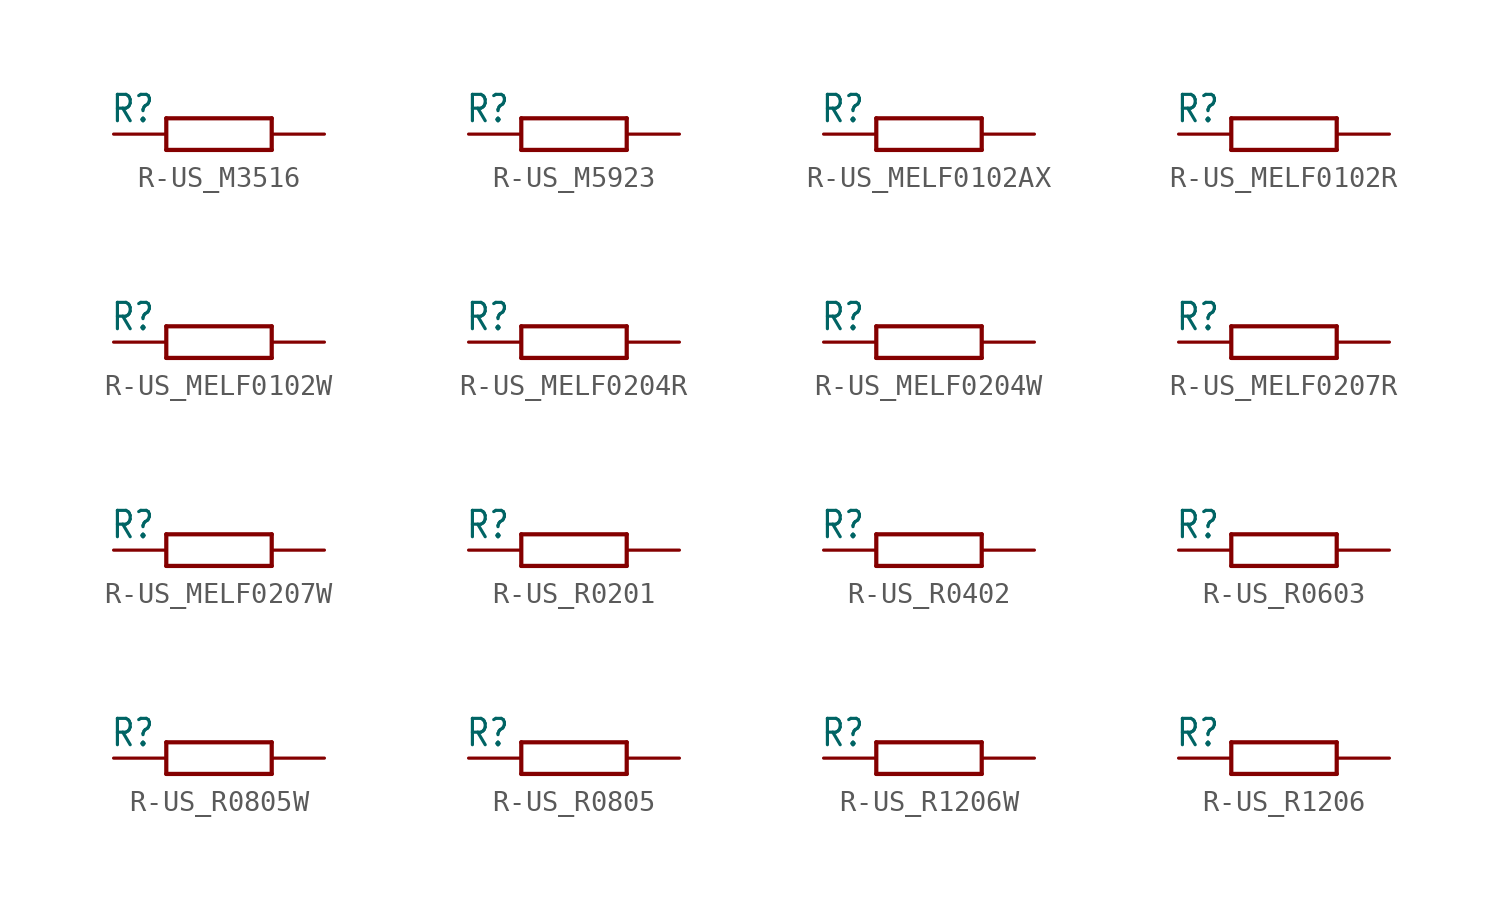
<source format=kicad_sym>
(kicad_symbol_lib
  (version 20231120)
  (generator "kicad_symbol_editor")
  (generator_version "8.99")
  (symbol "R-US_M3516"
    (property "Reference" "R"
      (at -3.048 0.483 0)
      (effects (font (size 1.27 1.079)) (justify right bottom)))
    (property "Value" ""
      (at 0 0 0)
      (effects (font (size 1.016 0.864))))
    (property "ki_locked" ""
      (at 0 0 0)
      (effects (font (size 1.27 1.27))))
    (symbol "R-US_M3516_1_0"
      (polyline (pts (xy -2.54 -0.762) (xy -2.54 0.762)) (stroke (width 0.203) (type solid)) (fill (type none)))
      (polyline (pts (xy -2.54 0.762) (xy 2.54 0.762)) (stroke (width 0.203) (type solid)) (fill (type none)))
      (polyline (pts (xy 2.54 -0.762) (xy -2.54 -0.762)) (stroke (width 0.203) (type solid)) (fill (type none)))
      (polyline (pts (xy 2.54 0.762) (xy 2.54 -0.762)) (stroke (width 0.203) (type solid)) (fill (type none)))
      (pin passive line (at -5.08 0 0) (length 2.54) (name "1" (effects (font (size 0 0)))) (number "1" (effects (font (size 0 0)))))
      (pin passive line (at 5.08 0 180) (length 2.54) (name "2" (effects (font (size 0 0)))) (number "2" (effects (font (size 0 0)))))))
  (symbol "R-US_M5923"
    (property "Reference" "R"
      (at -3.048 0.483 0)
      (effects (font (size 1.27 1.079)) (justify right bottom)))
    (property "Value" ""
      (at 0 0 0)
      (effects (font (size 1.016 0.864))))
    (property "ki_locked" ""
      (at 0 0 0)
      (effects (font (size 1.27 1.27))))
    (symbol "R-US_M5923_1_0"
      (polyline (pts (xy -2.54 -0.762) (xy -2.54 0.762)) (stroke (width 0.203) (type solid)) (fill (type none)))
      (polyline (pts (xy -2.54 0.762) (xy 2.54 0.762)) (stroke (width 0.203) (type solid)) (fill (type none)))
      (polyline (pts (xy 2.54 -0.762) (xy -2.54 -0.762)) (stroke (width 0.203) (type solid)) (fill (type none)))
      (polyline (pts (xy 2.54 0.762) (xy 2.54 -0.762)) (stroke (width 0.203) (type solid)) (fill (type none)))
      (pin passive line (at -5.08 0 0) (length 2.54) (name "1" (effects (font (size 0 0)))) (number "1" (effects (font (size 0 0)))))
      (pin passive line (at 5.08 0 180) (length 2.54) (name "2" (effects (font (size 0 0)))) (number "2" (effects (font (size 0 0)))))))
  (symbol "R-US_MELF0102AX"
    (property "Reference" "R"
      (at -3.048 0.483 0)
      (effects (font (size 1.27 1.079)) (justify right bottom)))
    (property "Value" ""
      (at 0 0 0)
      (effects (font (size 1.016 0.864))))
    (property "ki_locked" ""
      (at 0 0 0)
      (effects (font (size 1.27 1.27))))
    (symbol "R-US_MELF0102AX_1_0"
      (polyline (pts (xy -2.54 -0.762) (xy -2.54 0.762)) (stroke (width 0.203) (type solid)) (fill (type none)))
      (polyline (pts (xy -2.54 0.762) (xy 2.54 0.762)) (stroke (width 0.203) (type solid)) (fill (type none)))
      (polyline (pts (xy 2.54 -0.762) (xy -2.54 -0.762)) (stroke (width 0.203) (type solid)) (fill (type none)))
      (polyline (pts (xy 2.54 0.762) (xy 2.54 -0.762)) (stroke (width 0.203) (type solid)) (fill (type none)))
      (pin passive line (at -5.08 0 0) (length 2.54) (name "1" (effects (font (size 0 0)))) (number "1" (effects (font (size 0 0)))))
      (pin passive line (at 5.08 0 180) (length 2.54) (name "2" (effects (font (size 0 0)))) (number "2" (effects (font (size 0 0)))))))
  (symbol "R-US_MELF0102R"
    (property "Reference" "R"
      (at -3.048 0.483 0)
      (effects (font (size 1.27 1.079)) (justify right bottom)))
    (property "Value" ""
      (at 0 0 0)
      (effects (font (size 1.016 0.864))))
    (property "ki_locked" ""
      (at 0 0 0)
      (effects (font (size 1.27 1.27))))
    (symbol "R-US_MELF0102R_1_0"
      (polyline (pts (xy -2.54 -0.762) (xy -2.54 0.762)) (stroke (width 0.203) (type solid)) (fill (type none)))
      (polyline (pts (xy -2.54 0.762) (xy 2.54 0.762)) (stroke (width 0.203) (type solid)) (fill (type none)))
      (polyline (pts (xy 2.54 -0.762) (xy -2.54 -0.762)) (stroke (width 0.203) (type solid)) (fill (type none)))
      (polyline (pts (xy 2.54 0.762) (xy 2.54 -0.762)) (stroke (width 0.203) (type solid)) (fill (type none)))
      (pin passive line (at -5.08 0 0) (length 2.54) (name "1" (effects (font (size 0 0)))) (number "1" (effects (font (size 0 0)))))
      (pin passive line (at 5.08 0 180) (length 2.54) (name "2" (effects (font (size 0 0)))) (number "2" (effects (font (size 0 0)))))))
  (symbol "R-US_MELF0102W"
    (property "Reference" "R"
      (at -3.048 0.483 0)
      (effects (font (size 1.27 1.079)) (justify right bottom)))
    (property "Value" ""
      (at 0 0 0)
      (effects (font (size 1.016 0.864))))
    (property "ki_locked" ""
      (at 0 0 0)
      (effects (font (size 1.27 1.27))))
    (symbol "R-US_MELF0102W_1_0"
      (polyline (pts (xy -2.54 -0.762) (xy -2.54 0.762)) (stroke (width 0.203) (type solid)) (fill (type none)))
      (polyline (pts (xy -2.54 0.762) (xy 2.54 0.762)) (stroke (width 0.203) (type solid)) (fill (type none)))
      (polyline (pts (xy 2.54 -0.762) (xy -2.54 -0.762)) (stroke (width 0.203) (type solid)) (fill (type none)))
      (polyline (pts (xy 2.54 0.762) (xy 2.54 -0.762)) (stroke (width 0.203) (type solid)) (fill (type none)))
      (pin passive line (at -5.08 0 0) (length 2.54) (name "1" (effects (font (size 0 0)))) (number "1" (effects (font (size 0 0)))))
      (pin passive line (at 5.08 0 180) (length 2.54) (name "2" (effects (font (size 0 0)))) (number "2" (effects (font (size 0 0)))))))
  (symbol "R-US_MELF0204R"
    (property "Reference" "R"
      (at -3.048 0.483 0)
      (effects (font (size 1.27 1.079)) (justify right bottom)))
    (property "Value" ""
      (at 0 0 0)
      (effects (font (size 1.016 0.864))))
    (property "ki_locked" ""
      (at 0 0 0)
      (effects (font (size 1.27 1.27))))
    (symbol "R-US_MELF0204R_1_0"
      (polyline (pts (xy -2.54 -0.762) (xy -2.54 0.762)) (stroke (width 0.203) (type solid)) (fill (type none)))
      (polyline (pts (xy -2.54 0.762) (xy 2.54 0.762)) (stroke (width 0.203) (type solid)) (fill (type none)))
      (polyline (pts (xy 2.54 -0.762) (xy -2.54 -0.762)) (stroke (width 0.203) (type solid)) (fill (type none)))
      (polyline (pts (xy 2.54 0.762) (xy 2.54 -0.762)) (stroke (width 0.203) (type solid)) (fill (type none)))
      (pin passive line (at -5.08 0 0) (length 2.54) (name "1" (effects (font (size 0 0)))) (number "1" (effects (font (size 0 0)))))
      (pin passive line (at 5.08 0 180) (length 2.54) (name "2" (effects (font (size 0 0)))) (number "2" (effects (font (size 0 0)))))))
  (symbol "R-US_MELF0204W"
    (property "Reference" "R"
      (at -3.048 0.483 0)
      (effects (font (size 1.27 1.079)) (justify right bottom)))
    (property "Value" ""
      (at 0 0 0)
      (effects (font (size 1.016 0.864))))
    (property "ki_locked" ""
      (at 0 0 0)
      (effects (font (size 1.27 1.27))))
    (symbol "R-US_MELF0204W_1_0"
      (polyline (pts (xy -2.54 -0.762) (xy -2.54 0.762)) (stroke (width 0.203) (type solid)) (fill (type none)))
      (polyline (pts (xy -2.54 0.762) (xy 2.54 0.762)) (stroke (width 0.203) (type solid)) (fill (type none)))
      (polyline (pts (xy 2.54 -0.762) (xy -2.54 -0.762)) (stroke (width 0.203) (type solid)) (fill (type none)))
      (polyline (pts (xy 2.54 0.762) (xy 2.54 -0.762)) (stroke (width 0.203) (type solid)) (fill (type none)))
      (pin passive line (at -5.08 0 0) (length 2.54) (name "1" (effects (font (size 0 0)))) (number "1" (effects (font (size 0 0)))))
      (pin passive line (at 5.08 0 180) (length 2.54) (name "2" (effects (font (size 0 0)))) (number "2" (effects (font (size 0 0)))))))
  (symbol "R-US_MELF0207R"
    (property "Reference" "R"
      (at -3.048 0.483 0)
      (effects (font (size 1.27 1.079)) (justify right bottom)))
    (property "Value" ""
      (at 0 0 0)
      (effects (font (size 1.016 0.864))))
    (property "ki_locked" ""
      (at 0 0 0)
      (effects (font (size 1.27 1.27))))
    (symbol "R-US_MELF0207R_1_0"
      (polyline (pts (xy -2.54 -0.762) (xy -2.54 0.762)) (stroke (width 0.203) (type solid)) (fill (type none)))
      (polyline (pts (xy -2.54 0.762) (xy 2.54 0.762)) (stroke (width 0.203) (type solid)) (fill (type none)))
      (polyline (pts (xy 2.54 -0.762) (xy -2.54 -0.762)) (stroke (width 0.203) (type solid)) (fill (type none)))
      (polyline (pts (xy 2.54 0.762) (xy 2.54 -0.762)) (stroke (width 0.203) (type solid)) (fill (type none)))
      (pin passive line (at -5.08 0 0) (length 2.54) (name "1" (effects (font (size 0 0)))) (number "1" (effects (font (size 0 0)))))
      (pin passive line (at 5.08 0 180) (length 2.54) (name "2" (effects (font (size 0 0)))) (number "2" (effects (font (size 0 0)))))))
  (symbol "R-US_MELF0207W"
    (property "Reference" "R"
      (at -3.048 0.483 0)
      (effects (font (size 1.27 1.079)) (justify right bottom)))
    (property "Value" ""
      (at 0 0 0)
      (effects (font (size 1.016 0.864))))
    (property "ki_locked" ""
      (at 0 0 0)
      (effects (font (size 1.27 1.27))))
    (symbol "R-US_MELF0207W_1_0"
      (polyline (pts (xy -2.54 -0.762) (xy -2.54 0.762)) (stroke (width 0.203) (type solid)) (fill (type none)))
      (polyline (pts (xy -2.54 0.762) (xy 2.54 0.762)) (stroke (width 0.203) (type solid)) (fill (type none)))
      (polyline (pts (xy 2.54 -0.762) (xy -2.54 -0.762)) (stroke (width 0.203) (type solid)) (fill (type none)))
      (polyline (pts (xy 2.54 0.762) (xy 2.54 -0.762)) (stroke (width 0.203) (type solid)) (fill (type none)))
      (pin passive line (at -5.08 0 0) (length 2.54) (name "1" (effects (font (size 0 0)))) (number "1" (effects (font (size 0 0)))))
      (pin passive line (at 5.08 0 180) (length 2.54) (name "2" (effects (font (size 0 0)))) (number "2" (effects (font (size 0 0)))))))
  (symbol "R-US_R0201"
    (property "Reference" "R"
      (at -3.048 0.483 0)
      (effects (font (size 1.27 1.079)) (justify right bottom)))
    (property "Value" ""
      (at 0 0 0)
      (effects (font (size 1.016 0.864))))
    (property "ki_locked" ""
      (at 0 0 0)
      (effects (font (size 1.27 1.27))))
    (symbol "R-US_R0201_1_0"
      (polyline (pts (xy -2.54 -0.762) (xy -2.54 0.762)) (stroke (width 0.203) (type solid)) (fill (type none)))
      (polyline (pts (xy -2.54 0.762) (xy 2.54 0.762)) (stroke (width 0.203) (type solid)) (fill (type none)))
      (polyline (pts (xy 2.54 -0.762) (xy -2.54 -0.762)) (stroke (width 0.203) (type solid)) (fill (type none)))
      (polyline (pts (xy 2.54 0.762) (xy 2.54 -0.762)) (stroke (width 0.203) (type solid)) (fill (type none)))
      (pin passive line (at -5.08 0 0) (length 2.54) (name "1" (effects (font (size 0 0)))) (number "1" (effects (font (size 0 0)))))
      (pin passive line (at 5.08 0 180) (length 2.54) (name "2" (effects (font (size 0 0)))) (number "2" (effects (font (size 0 0)))))))
  (symbol "R-US_R0402"
    (property "Reference" "R"
      (at -3.048 0.483 0)
      (effects (font (size 1.27 1.079)) (justify right bottom)))
    (property "Value" ""
      (at 0 0 0)
      (effects (font (size 1.016 0.864))))
    (property "ki_locked" ""
      (at 0 0 0)
      (effects (font (size 1.27 1.27))))
    (symbol "R-US_R0402_1_0"
      (polyline (pts (xy -2.54 -0.762) (xy -2.54 0.762)) (stroke (width 0.203) (type solid)) (fill (type none)))
      (polyline (pts (xy -2.54 0.762) (xy 2.54 0.762)) (stroke (width 0.203) (type solid)) (fill (type none)))
      (polyline (pts (xy 2.54 -0.762) (xy -2.54 -0.762)) (stroke (width 0.203) (type solid)) (fill (type none)))
      (polyline (pts (xy 2.54 0.762) (xy 2.54 -0.762)) (stroke (width 0.203) (type solid)) (fill (type none)))
      (pin passive line (at -5.08 0 0) (length 2.54) (name "1" (effects (font (size 0 0)))) (number "1" (effects (font (size 0 0)))))
      (pin passive line (at 5.08 0 180) (length 2.54) (name "2" (effects (font (size 0 0)))) (number "2" (effects (font (size 0 0)))))))
  (symbol "R-US_R0603"
    (property "Reference" "R"
      (at -3.048 0.483 0)
      (effects (font (size 1.27 1.079)) (justify right bottom)))
    (property "Value" ""
      (at 0 0 0)
      (effects (font (size 1.016 0.864))))
    (property "ki_locked" ""
      (at 0 0 0)
      (effects (font (size 1.27 1.27))))
    (symbol "R-US_R0603_1_0"
      (polyline (pts (xy -2.54 -0.762) (xy -2.54 0.762)) (stroke (width 0.203) (type solid)) (fill (type none)))
      (polyline (pts (xy -2.54 0.762) (xy 2.54 0.762)) (stroke (width 0.203) (type solid)) (fill (type none)))
      (polyline (pts (xy 2.54 -0.762) (xy -2.54 -0.762)) (stroke (width 0.203) (type solid)) (fill (type none)))
      (polyline (pts (xy 2.54 0.762) (xy 2.54 -0.762)) (stroke (width 0.203) (type solid)) (fill (type none)))
      (pin passive line (at -5.08 0 0) (length 2.54) (name "1" (effects (font (size 0 0)))) (number "1" (effects (font (size 0 0)))))
      (pin passive line (at 5.08 0 180) (length 2.54) (name "2" (effects (font (size 0 0)))) (number "2" (effects (font (size 0 0)))))))
  (symbol "R-US_R0805W"
    (property "Reference" "R"
      (at -3.048 0.483 0)
      (effects (font (size 1.27 1.079)) (justify right bottom)))
    (property "Value" ""
      (at 0 0 0)
      (effects (font (size 1.016 0.864))))
    (property "ki_locked" ""
      (at 0 0 0)
      (effects (font (size 1.27 1.27))))
    (symbol "R-US_R0805W_1_0"
      (polyline (pts (xy -2.54 -0.762) (xy -2.54 0.762)) (stroke (width 0.203) (type solid)) (fill (type none)))
      (polyline (pts (xy -2.54 0.762) (xy 2.54 0.762)) (stroke (width 0.203) (type solid)) (fill (type none)))
      (polyline (pts (xy 2.54 -0.762) (xy -2.54 -0.762)) (stroke (width 0.203) (type solid)) (fill (type none)))
      (polyline (pts (xy 2.54 0.762) (xy 2.54 -0.762)) (stroke (width 0.203) (type solid)) (fill (type none)))
      (pin passive line (at -5.08 0 0) (length 2.54) (name "1" (effects (font (size 0 0)))) (number "1" (effects (font (size 0 0)))))
      (pin passive line (at 5.08 0 180) (length 2.54) (name "2" (effects (font (size 0 0)))) (number "2" (effects (font (size 0 0)))))))
  (symbol "R-US_R0805"
    (property "Reference" "R"
      (at -3.048 0.483 0)
      (effects (font (size 1.27 1.079)) (justify right bottom)))
    (property "Value" ""
      (at 0 0 0)
      (effects (font (size 1.016 0.864))))
    (property "ki_locked" ""
      (at 0 0 0)
      (effects (font (size 1.27 1.27))))
    (symbol "R-US_R0805_1_0"
      (polyline (pts (xy -2.54 -0.762) (xy -2.54 0.762)) (stroke (width 0.203) (type solid)) (fill (type none)))
      (polyline (pts (xy -2.54 0.762) (xy 2.54 0.762)) (stroke (width 0.203) (type solid)) (fill (type none)))
      (polyline (pts (xy 2.54 -0.762) (xy -2.54 -0.762)) (stroke (width 0.203) (type solid)) (fill (type none)))
      (polyline (pts (xy 2.54 0.762) (xy 2.54 -0.762)) (stroke (width 0.203) (type solid)) (fill (type none)))
      (pin passive line (at -5.08 0 0) (length 2.54) (name "1" (effects (font (size 0 0)))) (number "1" (effects (font (size 0 0)))))
      (pin passive line (at 5.08 0 180) (length 2.54) (name "2" (effects (font (size 0 0)))) (number "2" (effects (font (size 0 0)))))))
  (symbol "R-US_R1206W"
    (property "Reference" "R"
      (at -3.048 0.483 0)
      (effects (font (size 1.27 1.079)) (justify right bottom)))
    (property "Value" ""
      (at 0 0 0)
      (effects (font (size 1.016 0.864))))
    (property "ki_locked" ""
      (at 0 0 0)
      (effects (font (size 1.27 1.27))))
    (symbol "R-US_R1206W_1_0"
      (polyline (pts (xy -2.54 -0.762) (xy -2.54 0.762)) (stroke (width 0.203) (type solid)) (fill (type none)))
      (polyline (pts (xy -2.54 0.762) (xy 2.54 0.762)) (stroke (width 0.203) (type solid)) (fill (type none)))
      (polyline (pts (xy 2.54 -0.762) (xy -2.54 -0.762)) (stroke (width 0.203) (type solid)) (fill (type none)))
      (polyline (pts (xy 2.54 0.762) (xy 2.54 -0.762)) (stroke (width 0.203) (type solid)) (fill (type none)))
      (pin passive line (at -5.08 0 0) (length 2.54) (name "1" (effects (font (size 0 0)))) (number "1" (effects (font (size 0 0)))))
      (pin passive line (at 5.08 0 180) (length 2.54) (name "2" (effects (font (size 0 0)))) (number "2" (effects (font (size 0 0)))))))
  (symbol "R-US_R1206"
    (property "Reference" "R"
      (at -3.048 0.483 0)
      (effects (font (size 1.27 1.079)) (justify right bottom)))
    (property "Value" ""
      (at 0 0 0)
      (effects (font (size 1.016 0.864))))
    (property "ki_locked" ""
      (at 0 0 0)
      (effects (font (size 1.27 1.27))))
    (symbol "R-US_R1206_1_0"
      (polyline (pts (xy -2.54 -0.762) (xy -2.54 0.762)) (stroke (width 0.203) (type solid)) (fill (type none)))
      (polyline (pts (xy -2.54 0.762) (xy 2.54 0.762)) (stroke (width 0.203) (type solid)) (fill (type none)))
      (polyline (pts (xy 2.54 -0.762) (xy -2.54 -0.762)) (stroke (width 0.203) (type solid)) (fill (type none)))
      (polyline (pts (xy 2.54 0.762) (xy 2.54 -0.762)) (stroke (width 0.203) (type solid)) (fill (type none)))
      (pin passive line (at -5.08 0 0) (length 2.54) (name "1" (effects (font (size 0 0)))) (number "1" (effects (font (size 0 0)))))
      (pin passive line (at 5.08 0 180) (length 2.54) (name "2" (effects (font (size 0 0)))) (number "2" (effects (font (size 0 0))))))))
</source>
